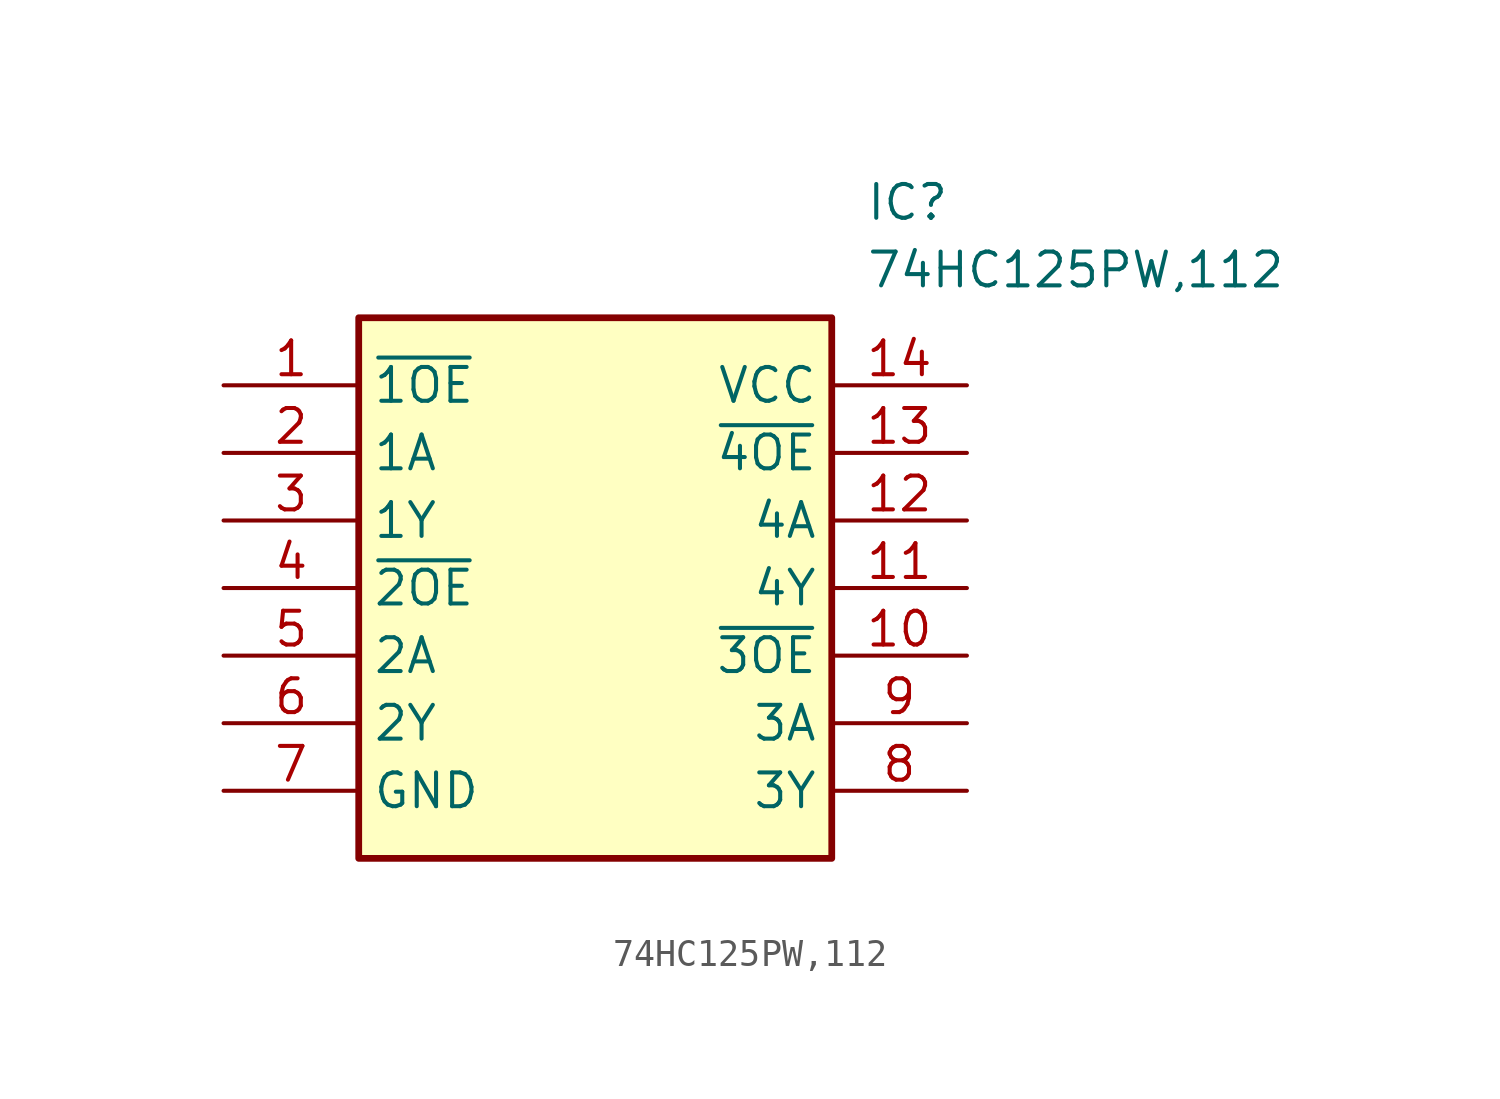
<source format=kicad_sym>
(kicad_symbol_lib
  (version 20211014)
  (generator SamacSys_ECAD_Model)
  (symbol "74HC125PW,112"
    (property "Reference" "IC"
      (at 24.13 7.62 0)
      (effects (font (size 1.27 1.27)) (justify left top)))
    (property "Value" "74HC125PW,112"
      (at 24.13 5.08 0)
      (effects (font (size 1.27 1.27)) (justify left top)))
    (rectangle
      (start 5.08 2.54)
      (end 22.86 -17.78)
      (stroke (width 0.254) (type default))
      (fill (type background)))
    (pin passive line
      (at 0 0 0)
      (length 5.08)
      (name "~{1OE}" (effects (font (size 1.27 1.27))))
      (number "1" (effects (font (size 1.27 1.27)))))
    (pin passive line
      (at 0 -2.54 0)
      (length 5.08)
      (name "1A" (effects (font (size 1.27 1.27))))
      (number "2" (effects (font (size 1.27 1.27)))))
    (pin passive line
      (at 0 -5.08 0)
      (length 5.08)
      (name "1Y" (effects (font (size 1.27 1.27))))
      (number "3" (effects (font (size 1.27 1.27)))))
    (pin passive line
      (at 0 -7.62 0)
      (length 5.08)
      (name "~{2OE}" (effects (font (size 1.27 1.27))))
      (number "4" (effects (font (size 1.27 1.27)))))
    (pin passive line
      (at 0 -10.16 0)
      (length 5.08)
      (name "2A" (effects (font (size 1.27 1.27))))
      (number "5" (effects (font (size 1.27 1.27)))))
    (pin passive line
      (at 0 -12.7 0)
      (length 5.08)
      (name "2Y" (effects (font (size 1.27 1.27))))
      (number "6" (effects (font (size 1.27 1.27)))))
    (pin passive line
      (at 0 -15.24 0)
      (length 5.08)
      (name "GND" (effects (font (size 1.27 1.27))))
      (number "7" (effects (font (size 1.27 1.27)))))
    (pin passive line
      (at 27.94 0 180)
      (length 5.08)
      (name "VCC" (effects (font (size 1.27 1.27))))
      (number "14" (effects (font (size 1.27 1.27)))))
    (pin passive line
      (at 27.94 -2.54 180)
      (length 5.08)
      (name "~{4OE}" (effects (font (size 1.27 1.27))))
      (number "13" (effects (font (size 1.27 1.27)))))
    (pin passive line
      (at 27.94 -5.08 180)
      (length 5.08)
      (name "4A" (effects (font (size 1.27 1.27))))
      (number "12" (effects (font (size 1.27 1.27)))))
    (pin passive line
      (at 27.94 -7.62 180)
      (length 5.08)
      (name "4Y" (effects (font (size 1.27 1.27))))
      (number "11" (effects (font (size 1.27 1.27)))))
    (pin passive line
      (at 27.94 -10.16 180)
      (length 5.08)
      (name "~{3OE}" (effects (font (size 1.27 1.27))))
      (number "10" (effects (font (size 1.27 1.27)))))
    (pin passive line
      (at 27.94 -12.7 180)
      (length 5.08)
      (name "3A" (effects (font (size 1.27 1.27))))
      (number "9" (effects (font (size 1.27 1.27)))))
    (pin passive line
      (at 27.94 -15.24 180)
      (length 5.08)
      (name "3Y" (effects (font (size 1.27 1.27))))
      (number "8" (effects (font (size 1.27 1.27)))))))
</source>
